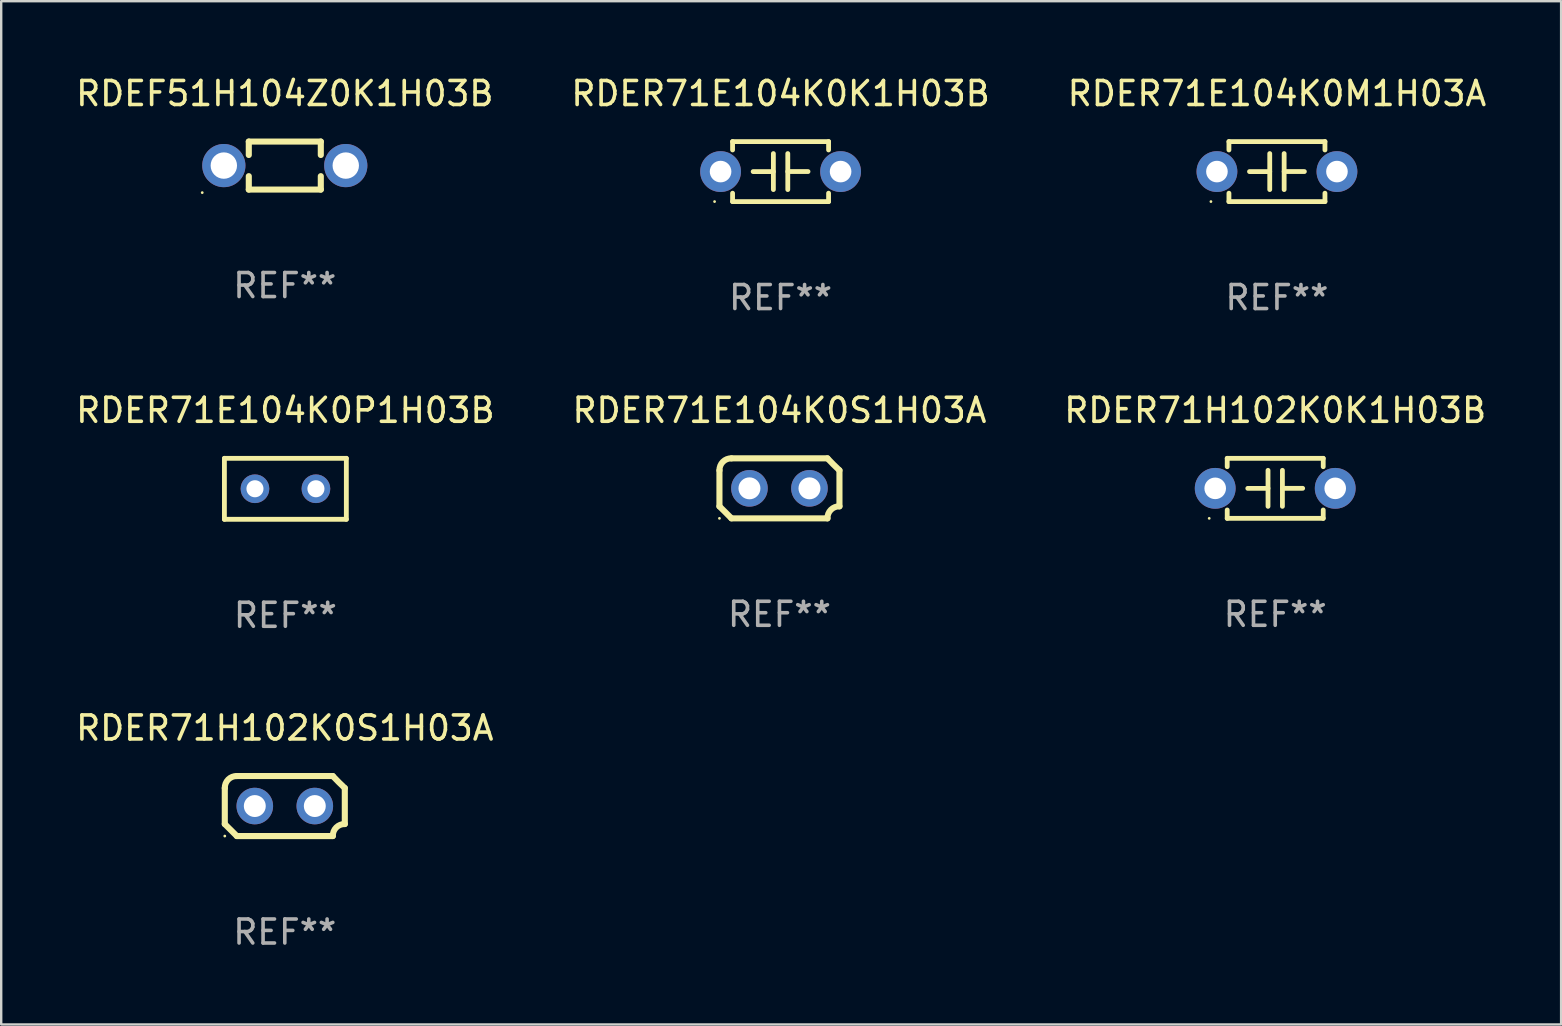
<source format=kicad_pcb>
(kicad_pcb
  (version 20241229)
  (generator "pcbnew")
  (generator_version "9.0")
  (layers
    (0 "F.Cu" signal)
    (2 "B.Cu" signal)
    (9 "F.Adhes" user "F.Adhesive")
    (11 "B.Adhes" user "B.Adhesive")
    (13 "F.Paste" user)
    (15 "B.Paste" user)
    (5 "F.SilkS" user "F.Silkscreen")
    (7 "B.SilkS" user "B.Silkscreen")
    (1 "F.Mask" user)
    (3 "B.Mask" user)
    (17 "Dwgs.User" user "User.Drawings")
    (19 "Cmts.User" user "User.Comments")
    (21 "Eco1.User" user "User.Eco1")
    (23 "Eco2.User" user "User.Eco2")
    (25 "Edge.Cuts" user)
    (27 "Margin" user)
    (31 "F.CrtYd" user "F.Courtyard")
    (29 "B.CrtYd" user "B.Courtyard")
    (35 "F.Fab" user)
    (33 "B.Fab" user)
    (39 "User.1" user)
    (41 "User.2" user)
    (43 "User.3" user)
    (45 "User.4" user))
  (footprint "RDER71H102K0K1H03B"
    (layer "F.Cu")
    (at 50.077 17.295)
    (property "Reference" "RDER71H102K0K1H03B" (at 0 -3.25 0) (layer "F.SilkS") (effects (font (size 1 1) (thickness 0.15))))
    (attr through_hole)
    (fp_line (start -2 -1.25) (end -2 -0.901) (stroke (width 0.2) (type solid)) (layer "F.SilkS"))
    (fp_line (start -2 -1.25) (end 2 -1.25) (stroke (width 0.2) (type solid)) (layer "F.SilkS"))
    (fp_line (start -2 0.901) (end -2 1.25) (stroke (width 0.2) (type solid)) (layer "F.SilkS"))
    (fp_line (start -0.3 -0.75) (end -0.3 0.75) (stroke (width 0.2) (type solid)) (layer "F.SilkS"))
    (fp_line (start -0.3 0.001) (end -1.143 0.001) (stroke (width 0.2) (type solid)) (layer "F.SilkS"))
    (fp_line (start 0.3 -0.001) (end 1.143 -0.001) (stroke (width 0.2) (type solid)) (layer "F.SilkS"))
    (fp_line (start 0.3 0.75) (end 0.3 -0.75) (stroke (width 0.2) (type solid)) (layer "F.SilkS"))
    (fp_line (start 2 -1.25) (end 2 -0.901) (stroke (width 0.2) (type solid)) (layer "F.SilkS"))
    (fp_line (start 2 0.901) (end 2 1.25) (stroke (width 0.2) (type solid)) (layer "F.SilkS"))
    (fp_line (start 2 1.25) (end -2 1.25) (stroke (width 0.2) (type solid)) (layer "F.SilkS"))
    (fp_circle (center -2.75 1.25) (end -2.72 1.25) (stroke (width 0.06) (type solid)) (fill no) (layer "F.SilkS"))
    (fp_text user "REF**" (at 0 5.25 0) (layer "F.Fab") (effects (font (size 1 1) (thickness 0.15))))
    (pad "1" thru_hole circle (at -2.5 0) (size 1.7 1.7) (drill 0.9) (layers "*.Cu" "*.Mask"))
    (pad "2" thru_hole circle (at 2.5 0) (size 1.7 1.7) (drill 0.9) (layers "*.Cu" "*.Mask")))
  (footprint "RDER71E104K0K1H03B"
    (layer "F.Cu")
    (at 29.47 4.098)
    (property "Reference" "RDER71E104K0K1H03B" (at 0 -3.25 0) (layer "F.SilkS") (effects (font (size 1 1) (thickness 0.15))))
    (attr through_hole)
    (fp_line (start -2 -1.25) (end -2 -0.901) (stroke (width 0.2) (type solid)) (layer "F.SilkS"))
    (fp_line (start -2 -1.25) (end 2 -1.25) (stroke (width 0.2) (type solid)) (layer "F.SilkS"))
    (fp_line (start -2 0.901) (end -2 1.25) (stroke (width 0.2) (type solid)) (layer "F.SilkS"))
    (fp_line (start -0.3 -0.75) (end -0.3 0.75) (stroke (width 0.2) (type solid)) (layer "F.SilkS"))
    (fp_line (start -0.3 0.001) (end -1.143 0.001) (stroke (width 0.2) (type solid)) (layer "F.SilkS"))
    (fp_line (start 0.3 -0.001) (end 1.143 -0.001) (stroke (width 0.2) (type solid)) (layer "F.SilkS"))
    (fp_line (start 0.3 0.75) (end 0.3 -0.75) (stroke (width 0.2) (type solid)) (layer "F.SilkS"))
    (fp_line (start 2 -1.25) (end 2 -0.901) (stroke (width 0.2) (type solid)) (layer "F.SilkS"))
    (fp_line (start 2 0.901) (end 2 1.25) (stroke (width 0.2) (type solid)) (layer "F.SilkS"))
    (fp_line (start 2 1.25) (end -2 1.25) (stroke (width 0.2) (type solid)) (layer "F.SilkS"))
    (fp_circle (center -2.75 1.25) (end -2.72 1.25) (stroke (width 0.06) (type solid)) (fill no) (layer "F.SilkS"))
    (fp_text user "REF**" (at 0 5.25 0) (layer "F.Fab") (effects (font (size 1 1) (thickness 0.15))))
    (pad "1" thru_hole circle (at -2.5 0) (size 1.7 1.7) (drill 0.9) (layers "*.Cu" "*.Mask"))
    (pad "2" thru_hole circle (at 2.5 0) (size 1.7 1.7) (drill 0.9) (layers "*.Cu" "*.Mask")))
  (footprint "RDEF51H104Z0K1H03B"
    (layer "F.Cu")
    (at 8.815 3.848)
    (property "Reference" "RDEF51H104Z0K1H03B" (at 0 -3 0) (layer "F.SilkS") (effects (font (size 1 1) (thickness 0.15))))
    (attr through_hole)
    (fp_line (start -1.5 -1) (end -1.5 -0.441) (stroke (width 0.254) (type solid)) (layer "F.SilkS"))
    (fp_line (start -1.5 -1) (end 1.5 -1) (stroke (width 0.254) (type solid)) (layer "F.SilkS"))
    (fp_line (start -1.5 0.441) (end -1.5 1) (stroke (width 0.254) (type solid)) (layer "F.SilkS"))
    (fp_line (start 1.5 -0.441) (end 1.5 -1) (stroke (width 0.254) (type solid)) (layer "F.SilkS"))
    (fp_line (start 1.5 1) (end -1.5 1) (stroke (width 0.254) (type solid)) (layer "F.SilkS"))
    (fp_line (start 1.5 1) (end 1.5 0.441) (stroke (width 0.254) (type solid)) (layer "F.SilkS"))
    (fp_circle (center -3.44 1.127) (end -3.41 1.127) (stroke (width 0.06) (type solid)) (fill no) (layer "F.SilkS"))
    (fp_text user "REF**" (at 0 5 0) (layer "F.Fab") (effects (font (size 1 1) (thickness 0.15))))
    (pad "1" thru_hole circle (at -2.54 0) (size 1.8 1.8) (drill 1.1) (layers "*.Cu" "*.Mask"))
    (pad "2" thru_hole circle (at 2.54 0) (size 1.8 1.8) (drill 1.1) (layers "*.Cu" "*.Mask")))
  (footprint "RDER71E104K0S1H03A"
    (layer "F.Cu")
    (at 29.423 17.295)
    (property "Reference" "RDER71E104K0S1H03A" (at 0 -3.25 0) (layer "F.SilkS") (effects (font (size 1 1) (thickness 0.15))))
    (attr through_hole)
    (fp_line (start -2.5 -0.75) (end -2.5 0.75) (stroke (width 0.254) (type solid)) (layer "F.SilkS"))
    (fp_line (start -2 -1.25) (end 2 -1.25) (stroke (width 0.254) (type solid)) (layer "F.SilkS"))
    (fp_line (start 2 1.25) (end -2 1.25) (stroke (width 0.254) (type solid)) (layer "F.SilkS"))
    (fp_line (start 2.5 0.75) (end 2.5 -0.75) (stroke (width 0.254) (type solid)) (layer "F.SilkS"))
    (fp_arc (start -2.5 0.749962) (mid -2.249559 0.999558) (end -1.99929 1.249325) (stroke (width 0.254001) (type solid)) (layer "F.SilkS"))
    (fp_arc (start -2.499366 -0.749302) (mid -2.356411 -1.106098) (end -2 -1.250013) (stroke (width 0.254001) (type solid)) (layer "F.SilkS"))
    (fp_arc (start 2 1.250013) (mid 2.142747 0.89301) (end 2.499364 0.749302) (stroke (width 0.254001) (type solid)) (layer "F.SilkS"))
    (fp_arc (start 2.5 -0.749962) (mid 2.245609 -0.995598) (end 1.999289 -1.249327) (stroke (width 0.254001) (type solid)) (layer "F.SilkS"))
    (fp_circle (center -2.5 1.25) (end -2.47 1.25) (stroke (width 0.06) (type solid)) (fill no) (layer "F.SilkS"))
    (fp_text user "REF**" (at 0 5.25 0) (layer "F.Fab") (effects (font (size 1 1) (thickness 0.15))))
    (pad "1" thru_hole circle (at -1.25 0) (size 1.524 1.524) (drill 0.914) (layers "*.Cu" "*.Mask"))
    (pad "2" thru_hole circle (at 1.25 0) (size 1.524 1.524) (drill 0.914) (layers "*.Cu" "*.Mask")))
  (footprint "RDER71H102K0S1H03A"
    (layer "F.Cu")
    (at 8.815 30.531)
    (property "Reference" "RDER71H102K0S1H03A" (at 0 -3.25 0) (layer "F.SilkS") (effects (font (size 1 1) (thickness 0.15))))
    (attr through_hole)
    (fp_line (start -2.5 -0.75) (end -2.5 0.75) (stroke (width 0.254) (type solid)) (layer "F.SilkS"))
    (fp_line (start -2 -1.25) (end 2 -1.25) (stroke (width 0.254) (type solid)) (layer "F.SilkS"))
    (fp_line (start 2 1.25) (end -2 1.25) (stroke (width 0.254) (type solid)) (layer "F.SilkS"))
    (fp_line (start 2.5 0.75) (end 2.5 -0.75) (stroke (width 0.254) (type solid)) (layer "F.SilkS"))
    (fp_arc (start -2.5 0.749962) (mid -2.249559 0.999558) (end -1.99929 1.249325) (stroke (width 0.254001) (type solid)) (layer "F.SilkS"))
    (fp_arc (start -2.499366 -0.749302) (mid -2.356411 -1.106098) (end -2 -1.250013) (stroke (width 0.254001) (type solid)) (layer "F.SilkS"))
    (fp_arc (start 2 1.250013) (mid 2.142747 0.89301) (end 2.499364 0.749302) (stroke (width 0.254001) (type solid)) (layer "F.SilkS"))
    (fp_arc (start 2.5 -0.749962) (mid 2.245609 -0.995598) (end 1.999289 -1.249327) (stroke (width 0.254001) (type solid)) (layer "F.SilkS"))
    (fp_circle (center -2.5 1.25) (end -2.47 1.25) (stroke (width 0.06) (type solid)) (fill no) (layer "F.SilkS"))
    (fp_text user "REF**" (at 0 5.25 0) (layer "F.Fab") (effects (font (size 1 1) (thickness 0.15))))
    (pad "1" thru_hole circle (at -1.25 0) (size 1.524 1.524) (drill 0.914) (layers "*.Cu" "*.Mask"))
    (pad "2" thru_hole circle (at 1.25 0) (size 1.524 1.524) (drill 0.914) (layers "*.Cu" "*.Mask")))
  (footprint "RDER71E104K0M1H03A"
    (layer "F.Cu")
    (at 50.149 4.098)
    (property "Reference" "RDER71E104K0M1H03A" (at 0 -3.25 0) (layer "F.SilkS") (effects (font (size 1 1) (thickness 0.15))))
    (attr through_hole)
    (fp_line (start -2 -1.25) (end -2 -0.901) (stroke (width 0.2) (type solid)) (layer "F.SilkS"))
    (fp_line (start -2 -1.25) (end 2 -1.25) (stroke (width 0.2) (type solid)) (layer "F.SilkS"))
    (fp_line (start -2 0.901) (end -2 1.25) (stroke (width 0.2) (type solid)) (layer "F.SilkS"))
    (fp_line (start -0.3 -0.75) (end -0.3 0.75) (stroke (width 0.2) (type solid)) (layer "F.SilkS"))
    (fp_line (start -0.3 0.001) (end -1.143 0.001) (stroke (width 0.2) (type solid)) (layer "F.SilkS"))
    (fp_line (start 0.3 -0.001) (end 1.143 -0.001) (stroke (width 0.2) (type solid)) (layer "F.SilkS"))
    (fp_line (start 0.3 0.75) (end 0.3 -0.75) (stroke (width 0.2) (type solid)) (layer "F.SilkS"))
    (fp_line (start 2 -1.25) (end 2 -0.901) (stroke (width 0.2) (type solid)) (layer "F.SilkS"))
    (fp_line (start 2 0.901) (end 2 1.25) (stroke (width 0.2) (type solid)) (layer "F.SilkS"))
    (fp_line (start 2 1.25) (end -2 1.25) (stroke (width 0.2) (type solid)) (layer "F.SilkS"))
    (fp_circle (center -2.75 1.25) (end -2.72 1.25) (stroke (width 0.06) (type solid)) (fill no) (layer "F.SilkS"))
    (fp_text user "REF**" (at 0 5.25 0) (layer "F.Fab") (effects (font (size 1 1) (thickness 0.15))))
    (pad "1" thru_hole circle (at -2.5 0) (size 1.7 1.7) (drill 0.9) (layers "*.Cu" "*.Mask"))
    (pad "2" thru_hole circle (at 2.5 0) (size 1.7 1.7) (drill 0.9) (layers "*.Cu" "*.Mask")))
  (footprint "RDER71E104K0P1H03B"
    (layer "F.Cu")
    (at 8.839 17.315)
    (property "Reference" "RDER71E104K0P1H03B" (at 0 -3.27 0) (layer "F.SilkS") (effects (font (size 1 1) (thickness 0.15))))
    (attr through_hole)
    (fp_line (start -2.54 -1.27) (end -2.54 1.27) (stroke (width 0.201) (type solid)) (layer "F.SilkS"))
    (fp_line (start -2.54 1.27) (end 2.54 1.27) (stroke (width 0.201) (type solid)) (layer "F.SilkS"))
    (fp_line (start 2.54 -1.27) (end -2.54 -1.27) (stroke (width 0.201) (type solid)) (layer "F.SilkS"))
    (fp_line (start 2.54 1.27) (end 2.54 -1.27) (stroke (width 0.201) (type solid)) (layer "F.SilkS"))
    (fp_circle (center -2.497 1.247) (end -2.467 1.247) (stroke (width 0.06) (type solid)) (fill no) (layer "F.SilkS"))
    (fp_text user "REF**" (at 0 5.27 0) (layer "F.Fab") (effects (font (size 1 1) (thickness 0.15))))
    (pad "1" thru_hole circle (at -1.267 -0.003) (size 1.194 1.194) (drill 0.711) (layers "*.Cu" "*.Mask"))
    (pad "2" thru_hole circle (at 1.273 -0.003) (size 1.194 1.194) (drill 0.711) (layers "*.Cu" "*.Mask")))
  (gr_rect
    (start -3 -3)
    (end 61.988 39.63)
    (stroke (width 0.1) (type default))
    (fill no)
    (layer "Edge.Cuts")))
</source>
